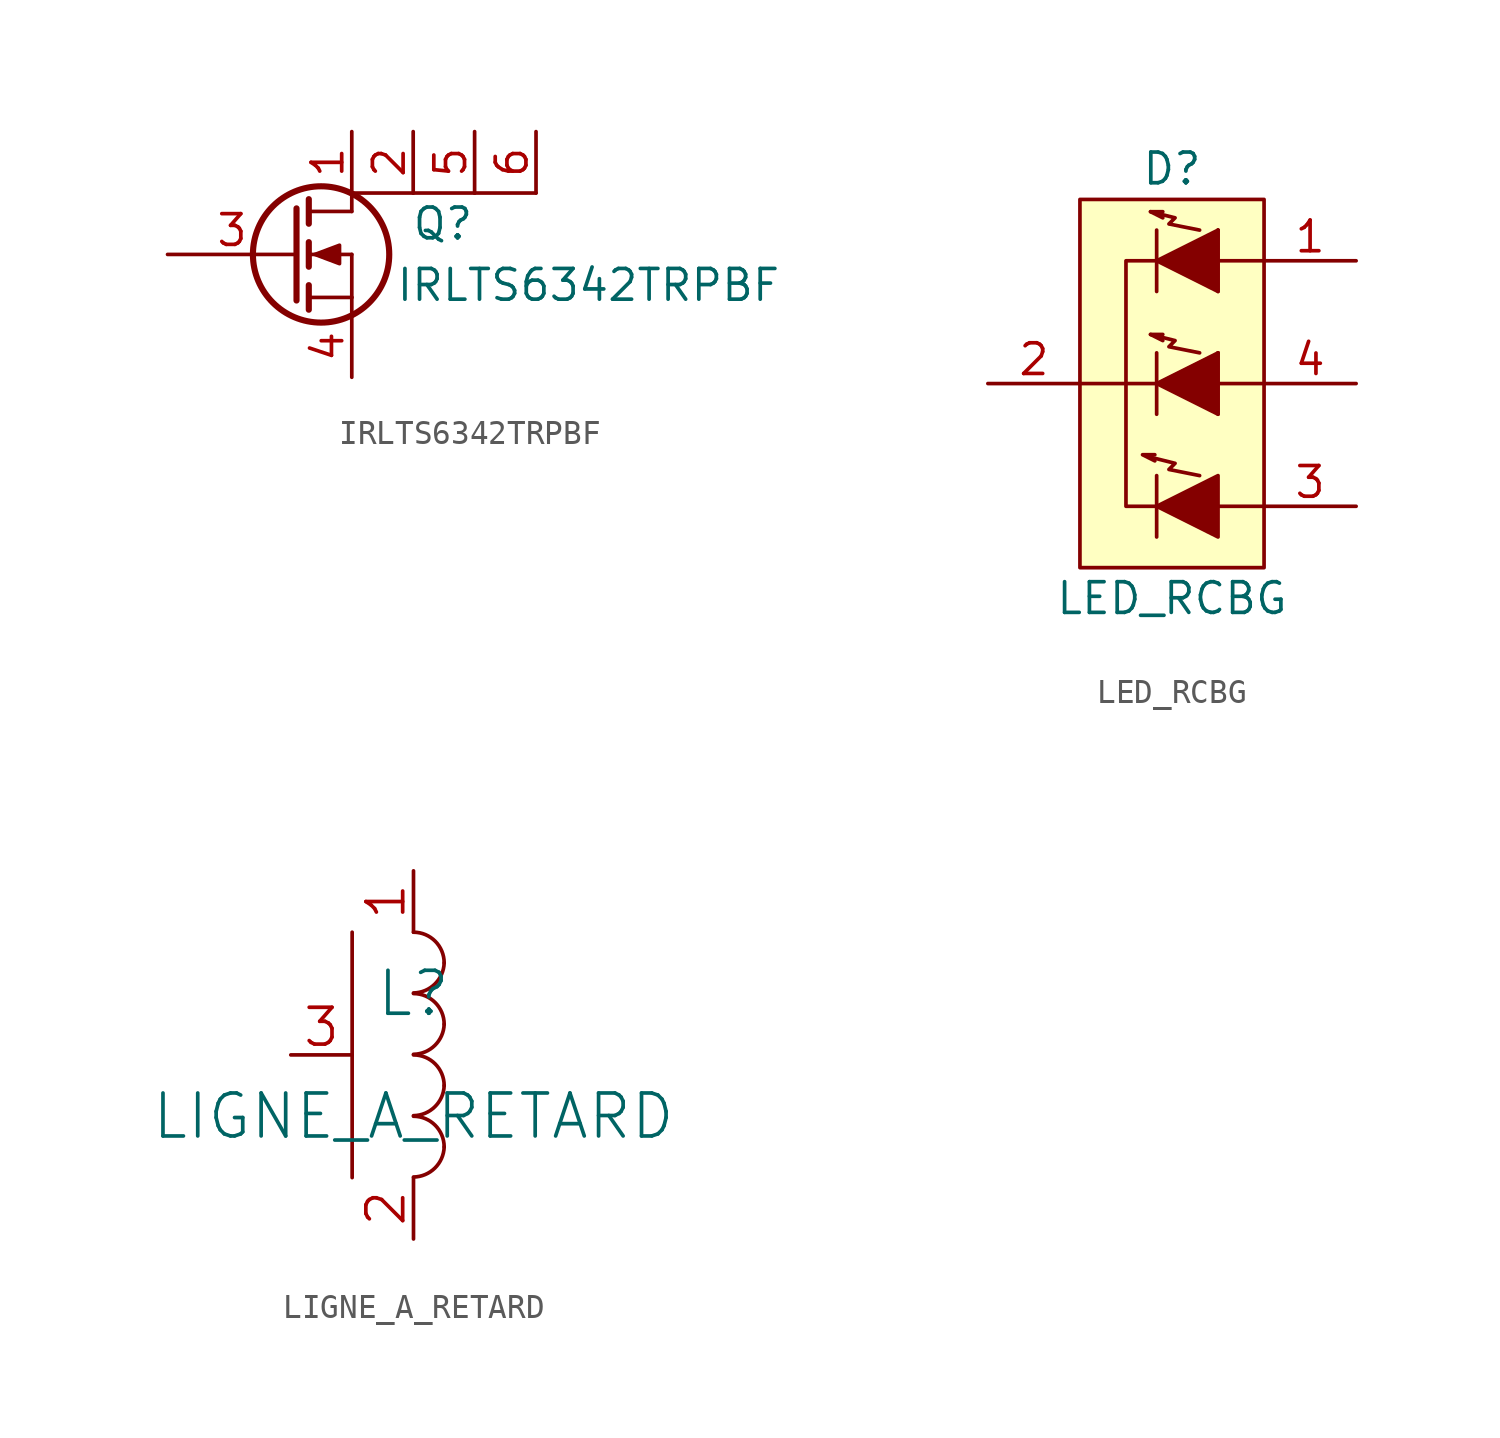
<source format=kicad_sym>
(kicad_symbol_lib
  (version 20211014)
  (generator kicad_symbol_editor)
  (symbol "IRLTS6342TRPBF"
    (pin_names
      (offset 0) hide)
    (property "Reference" "Q"
      (at 7.62 1.27 0)
      (effects (font (size 1.27 1.27)) (justify right)))
    (property "Value" "IRLTS6342TRPBF"
      (at 20.32 -1.27 0)
      (effects (font (size 1.27 1.27)) (justify right)))
    (property "Footprint" ""
      (at 5.08 2.54 0)
      (effects (font (size 0.737 0.737))))
    (property "Datasheet" ""
      (at 0 0 0)
      (effects (font (size 1.524 1.524))))
    (symbol "IRLTS6342TRPBF_0_1"
      (polyline (pts (xy 0.762 -1.778) (xy 2.54 -1.778)) (stroke (width 0) (type default) (color 0 0 0 0)) (fill (type none)))
      (polyline (pts (xy 0.762 -1.27) (xy 0.762 -2.286)) (stroke (width 0.254) (type default) (color 0 0 0 0)) (fill (type none)))
      (polyline (pts (xy 0.762 0) (xy 2.54 0)) (stroke (width 0) (type default) (color 0 0 0 0)) (fill (type none)))
      (polyline (pts (xy 0.762 0.508) (xy 0.762 -0.508)) (stroke (width 0.254) (type default) (color 0 0 0 0)) (fill (type none)))
      (polyline (pts (xy 0.762 1.778) (xy 2.54 1.778)) (stroke (width 0) (type default) (color 0 0 0 0)) (fill (type none)))
      (polyline (pts (xy 0.762 2.286) (xy 0.762 1.27)) (stroke (width 0.254) (type default) (color 0 0 0 0)) (fill (type none)))
      (polyline (pts (xy 2.54 -1.778) (xy 2.54 -2.54)) (stroke (width 0) (type default) (color 0 0 0 0)) (fill (type none)))
      (polyline (pts (xy 2.54 -1.778) (xy 2.54 0)) (stroke (width 0) (type default) (color 0 0 0 0)) (fill (type none)))
      (polyline (pts (xy 2.54 2.54) (xy 2.54 1.778)) (stroke (width 0) (type default) (color 0 0 0 0)) (fill (type none)))
      (polyline (pts (xy 2.54 2.54) (xy 5.08 2.54)) (stroke (width 0) (type default) (color 0 0 0 0)) (fill (type none)))
      (polyline (pts (xy 5.08 2.54) (xy 7.62 2.54)) (stroke (width 0) (type default) (color 0 0 0 0)) (fill (type none)))
      (polyline (pts (xy 7.62 2.54) (xy 10.16 2.54)) (stroke (width 0) (type default) (color 0 0 0 0)) (fill (type none)))
      (polyline (pts (xy 0.254 1.905) (xy 0.254 -1.905) (xy 0.254 -1.905)) (stroke (width 0.254) (type default) (color 0 0 0 0)) (fill (type none)))
      (polyline (pts (xy 1.016 0) (xy 2.032 0.381) (xy 2.032 -0.381) (xy 1.016 0)) (stroke (width 0) (type default) (color 0 0 0 0)) (fill (type outline)))
      (circle (center 1.27 0) (radius 2.819) (stroke (width 0.254) (type default) (color 0 0 0 0)) (fill (type none))))
    (symbol "IRLTS6342TRPBF_1_1"
      (pin passive line (at 2.54 5.08 270) (length 2.54) (name "D" (effects (font (size 1.27 1.27)))) (number "1" (effects (font (size 1.27 1.27)))))
      (pin passive line (at 5.08 5.08 270) (length 2.54) (name "D" (effects (font (size 1.27 1.27)))) (number "2" (effects (font (size 1.27 1.27)))))
      (pin input line (at -5.08 0 0) (length 5.334) (name "G" (effects (font (size 1.27 1.27)))) (number "3" (effects (font (size 1.27 1.27)))))
      (pin passive line (at 2.54 -5.08 90) (length 2.54) (name "S" (effects (font (size 1.27 1.27)))) (number "4" (effects (font (size 1.27 1.27)))))
      (pin passive line (at 7.62 5.08 270) (length 2.54) (name "~" (effects (font (size 1.27 1.27)))) (number "5" (effects (font (size 1.27 1.27)))))
      (pin passive line (at 10.16 5.08 270) (length 2.54) (name "~" (effects (font (size 1.27 1.27)))) (number "6" (effects (font (size 1.27 1.27)))))))
  (symbol "LED_RCBG"
    (pin_names
      (offset 1.27) hide)
    (property "Reference" "D"
      (at 0 8.89 0)
      (effects (font (size 1.27 1.27))))
    (property "Value" "LED_RCBG"
      (at 0 -8.89 0)
      (effects (font (size 1.27 1.27))))
    (property "Footprint" ""
      (at 0 -1.27 0)
      (effects (font (size 1.27 1.27))))
    (property "Datasheet" ""
      (at 0 -1.27 0)
      (effects (font (size 1.27 1.27))))
    (symbol "LED_RCBG_0_1"
      (polyline (pts (xy -0.635 -3.81) (xy -0.635 -6.35)) (stroke (width 0) (type default) (color 0 0 0 0)) (fill (type none)))
      (polyline (pts (xy -0.635 0) (xy -3.81 0)) (stroke (width 0) (type default) (color 0 0 0 0)) (fill (type none)))
      (polyline (pts (xy 1.905 -5.08) (xy 3.81 -5.08)) (stroke (width 0) (type default) (color 0 0 0 0)) (fill (type none)))
      (polyline (pts (xy 1.905 0) (xy 3.81 0)) (stroke (width 0) (type default) (color 0 0 0 0)) (fill (type none)))
      (polyline (pts (xy 1.905 5.08) (xy 3.81 5.08)) (stroke (width 0) (type default) (color 0 0 0 0)) (fill (type none)))
      (polyline (pts (xy -0.635 1.27) (xy -0.635 -1.27) (xy -0.635 -1.27)) (stroke (width 0) (type default) (color 0 0 0 0)) (fill (type none)))
      (polyline (pts (xy -0.635 6.35) (xy -0.635 3.81) (xy -0.635 3.81)) (stroke (width 0) (type default) (color 0 0 0 0)) (fill (type none)))
      (polyline (pts (xy -0.711 -2.946) (xy -1.219 -2.946) (xy -0.711 -3.2) (xy -0.711 -3.2)) (stroke (width 0) (type default) (color 0 0 0 0)) (fill (type none)))
      (polyline (pts (xy -0.635 5.08) (xy -1.905 5.08) (xy -1.905 -5.08) (xy -0.635 -5.08)) (stroke (width 0) (type default) (color 0 0 0 0)) (fill (type none)))
      (polyline (pts (xy -0.381 2.032) (xy -0.889 2.032) (xy -0.381 1.778) (xy -0.381 1.778)) (stroke (width 0) (type default) (color 0 0 0 0)) (fill (type none)))
      (polyline (pts (xy -0.381 7.112) (xy -0.889 7.112) (xy -0.381 6.858) (xy -0.381 6.858)) (stroke (width 0) (type default) (color 0 0 0 0)) (fill (type none)))
      (polyline (pts (xy 1.143 -3.81) (xy -0.127 -3.556) (xy 0.127 -3.302) (xy -0.889 -3.048) (xy -0.889 -3.048)) (stroke (width 0) (type default) (color 0 0 0 0)) (fill (type none)))
      (polyline (pts (xy 1.905 -3.81) (xy 1.905 -6.35) (xy -0.635 -5.08) (xy 1.905 -3.81) (xy 1.905 -3.81)) (stroke (width 0) (type default) (color 0 0 0 0)) (fill (type outline)))
      (polyline (pts (xy 1.143 1.27) (xy -0.127 1.524) (xy 0.127 1.778) (xy -0.889 2.032) (xy -0.889 2.032) (xy -0.889 2.032)) (stroke (width 0) (type default) (color 0 0 0 0)) (fill (type none)))
      (polyline (pts (xy 1.143 6.35) (xy -0.127 6.604) (xy 0.127 6.858) (xy -0.889 7.112) (xy -0.889 7.112) (xy -0.889 7.112)) (stroke (width 0) (type default) (color 0 0 0 0)) (fill (type none)))
      (polyline (pts (xy 1.905 1.27) (xy 1.905 -1.27) (xy -0.635 0) (xy 1.905 1.27) (xy 1.905 1.27) (xy 1.905 1.27)) (stroke (width 0) (type default) (color 0 0 0 0)) (fill (type outline)))
      (polyline (pts (xy 1.905 6.35) (xy 1.905 3.81) (xy -0.635 5.08) (xy 1.905 6.35) (xy 1.905 6.35) (xy 1.905 6.35)) (stroke (width 0) (type default) (color 0 0 0 0)) (fill (type outline)))
      (rectangle (start 1.905 -1.27) (end 1.905 1.27) (stroke (width 0) (type default) (color 0 0 0 0)) (fill (type none)))
      (rectangle (start 1.905 1.27) (end 1.905 1.27) (stroke (width 0) (type default) (color 0 0 0 0)) (fill (type none)))
      (rectangle (start 1.905 3.81) (end 1.905 6.35) (stroke (width 0) (type default) (color 0 0 0 0)) (fill (type none)))
      (rectangle (start 1.905 6.35) (end 1.905 6.35) (stroke (width 0) (type default) (color 0 0 0 0)) (fill (type none)))
      (rectangle (start 3.81 7.62) (end -3.81 -7.62) (stroke (width 0) (type default) (color 0 0 0 0)) (fill (type background))))
    (symbol "LED_RCBG_1_1"
      (pin passive line (at 7.62 5.08 180) (length 3.81) (name "RED_ANODE" (effects (font (size 1.27 1.27)))) (number "1" (effects (font (size 1.27 1.27)))))
      (pin passive line (at -7.62 0 0) (length 3.81) (name "COMMON_CATHODE" (effects (font (size 1.27 1.27)))) (number "2" (effects (font (size 1.27 1.27)))))
      (pin passive line (at 7.62 -5.08 180) (length 3.81) (name "BLUE_ANODE" (effects (font (size 1.27 1.27)))) (number "3" (effects (font (size 1.27 1.27)))))
      (pin passive line (at 7.62 0 180) (length 3.81) (name "GREEN_ANODE" (effects (font (size 1.27 1.27)))) (number "4" (effects (font (size 1.27 1.27)))))))
  (symbol "LIGNE_A_RETARD"
    (pin_names
      (offset 1.016) hide)
    (property "Reference" "L"
      (at 0 2.54 0)
      (effects (font (size 1.778 1.778))))
    (property "Value" "LIGNE_A_RETARD"
      (at 0 -2.54 0)
      (effects (font (size 1.778 1.778))))
    (property "Footprint" ""
      (at 0 0 0)
      (effects (font (size 1.524 1.524))))
    (property "Datasheet" ""
      (at 0 0 0)
      (effects (font (size 1.524 1.524))))
    (symbol "LIGNE_A_RETARD_0_1"
      (arc (start 0 -5.0546) (mid 0.8801 -4.6901) (end 1.27 -3.81) (stroke (width 0) (type default) (color 0 0 0 0)) (fill (type none)))
      (arc (start 0 -2.5146) (mid 0.8801 -2.1501) (end 1.27 -1.27) (stroke (width 0) (type default) (color 0 0 0 0)) (fill (type none)))
      (polyline (pts (xy -2.54 5.08) (xy -2.54 -5.08)) (stroke (width 0) (type default) (color 0 0 0 0)) (fill (type none)))
      (arc (start 0 0.0254) (mid 0.8801 0.3899) (end 1.27 1.27) (stroke (width 0) (type default) (color 0 0 0 0)) (fill (type none)))
      (arc (start 0 2.5654) (mid 0.8801 2.9299) (end 1.27 3.81) (stroke (width 0) (type default) (color 0 0 0 0)) (fill (type none)))
      (arc (start 1.27 -3.81) (mid 0.898 -2.912) (end 0 -2.54) (stroke (width 0) (type default) (color 0 0 0 0)) (fill (type none)))
      (arc (start 1.27 -1.27) (mid 0.898 -0.372) (end 0 0) (stroke (width 0) (type default) (color 0 0 0 0)) (fill (type none)))
      (arc (start 1.27 1.27) (mid 0.898 2.168) (end 0 2.54) (stroke (width 0) (type default) (color 0 0 0 0)) (fill (type none)))
      (arc (start 1.27 3.81) (mid 0.898 4.708) (end 0 5.08) (stroke (width 0) (type default) (color 0 0 0 0)) (fill (type none))))
    (symbol "LIGNE_A_RETARD_1_1"
      (pin passive line (at 0 7.62 270) (length 2.54) (name "1" (effects (font (size 1.524 1.524)))) (number "1" (effects (font (size 1.524 1.524)))))
      (pin passive line (at 0 -7.62 90) (length 2.54) (name "2" (effects (font (size 1.524 1.524)))) (number "2" (effects (font (size 1.524 1.524)))))
      (pin input line (at -5.08 0 0) (length 2.54) (name "COMMUN" (effects (font (size 1.524 1.524)))) (number "3" (effects (font (size 1.524 1.524))))))))
</source>
